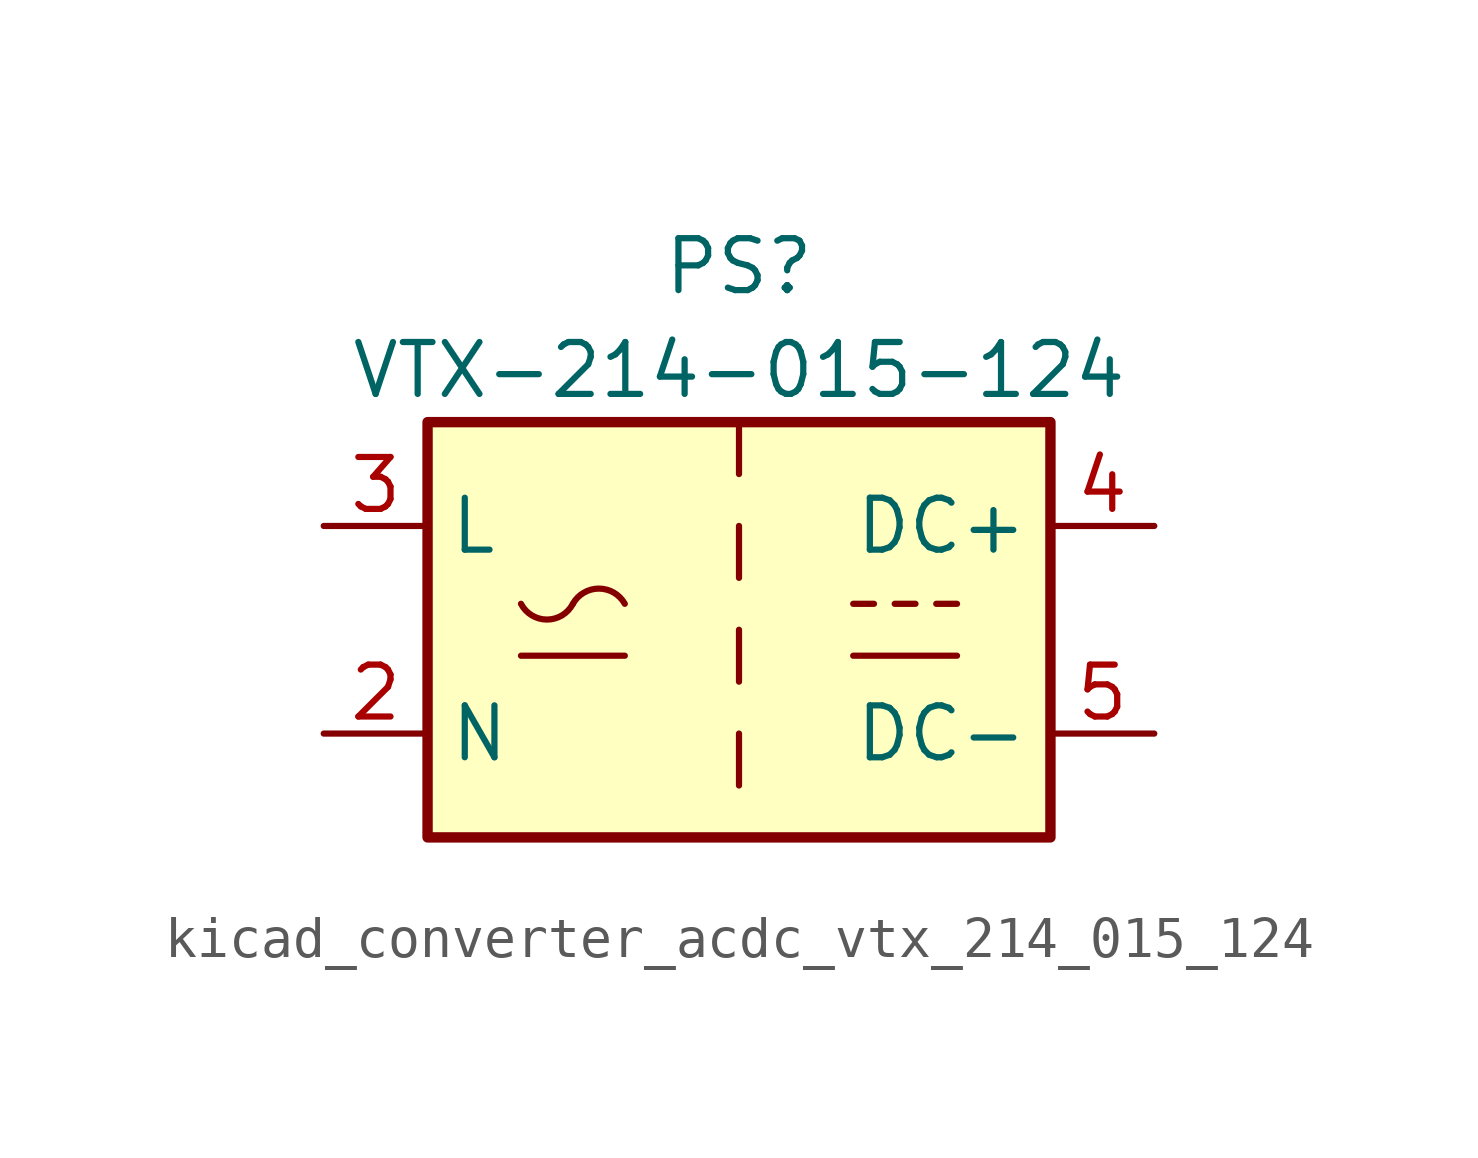
<source format=kicad_sym>
(kicad_symbol_lib
  (version 20220914)
  (generator kicad_symbol_editor)
  (symbol "kicad_converter_acdc_vtx_214_015_124"
    (property "Reference" "PS"
      (at 0 8.89 0)
      (effects (font (size 1.27 1.27))))
    (property "Value" "VTX-214-015-124"
      (at 0 6.35 0)
      (effects (font (size 1.27 1.27))))
    (symbol "kicad_converter_acdc_vtx_214_015_124_0_1"
      (rectangle (start -7.62 5.08) (end 7.62 -5.08) (stroke (width 0.254) (type default)) (fill (type background)))
      (arc (start -5.334 0.635) (mid -4.699 0.2495) (end -4.064 0.635) (stroke (width 0) (type default)) (fill (type none)))
      (arc (start -2.794 0.635) (mid -3.429 1.0072) (end -4.064 0.635) (stroke (width 0) (type default)) (fill (type none)))
      (polyline (pts (xy -5.334 -0.635) (xy -2.794 -0.635)) (stroke (width 0) (type default)) (fill (type none)))
      (polyline (pts (xy 2.794 -0.635) (xy 5.334 -0.635)) (stroke (width 0) (type default)) (fill (type none)))
      (polyline (pts (xy 2.794 0.635) (xy 3.302 0.635)) (stroke (width 0) (type default)) (fill (type none)))
      (polyline (pts (xy 3.81 0.635) (xy 4.318 0.635)) (stroke (width 0) (type default)) (fill (type none)))
      (polyline (pts (xy 4.826 0.635) (xy 5.334 0.635)) (stroke (width 0) (type default)) (fill (type none))))
    (symbol "kicad_converter_acdc_vtx_214_015_124_1_1"
      (polyline (pts (xy 0 -2.54) (xy 0 -3.81)) (stroke (width 0) (type default)) (fill (type none)))
      (polyline (pts (xy 0 0) (xy 0 -1.27)) (stroke (width 0) (type default)) (fill (type none)))
      (polyline (pts (xy 0 2.54) (xy 0 1.27)) (stroke (width 0) (type default)) (fill (type none)))
      (polyline (pts (xy 0 5.08) (xy 0 3.81)) (stroke (width 0) (type default)) (fill (type none)))
      (pin no_connect line (at 0 -5.08 90) (length 2.54) hide (name "FG" (effects (font (size 1.27 1.27)))) (number "1" (effects (font (size 1.27 1.27)))))
      (pin power_in line (at -10.16 -2.54 0) (length 2.54) (name "N" (effects (font (size 1.27 1.27)))) (number "2" (effects (font (size 1.27 1.27)))))
      (pin power_in line (at -10.16 2.54 0) (length 2.54) (name "L" (effects (font (size 1.27 1.27)))) (number "3" (effects (font (size 1.27 1.27)))))
      (pin power_out line (at 10.16 2.54 180) (length 2.54) (name "DC+" (effects (font (size 1.27 1.27)))) (number "4" (effects (font (size 1.27 1.27)))))
      (pin power_out line (at 10.16 -2.54 180) (length 2.54) (name "DC-" (effects (font (size 1.27 1.27)))) (number "5" (effects (font (size 1.27 1.27))))))))
</source>
